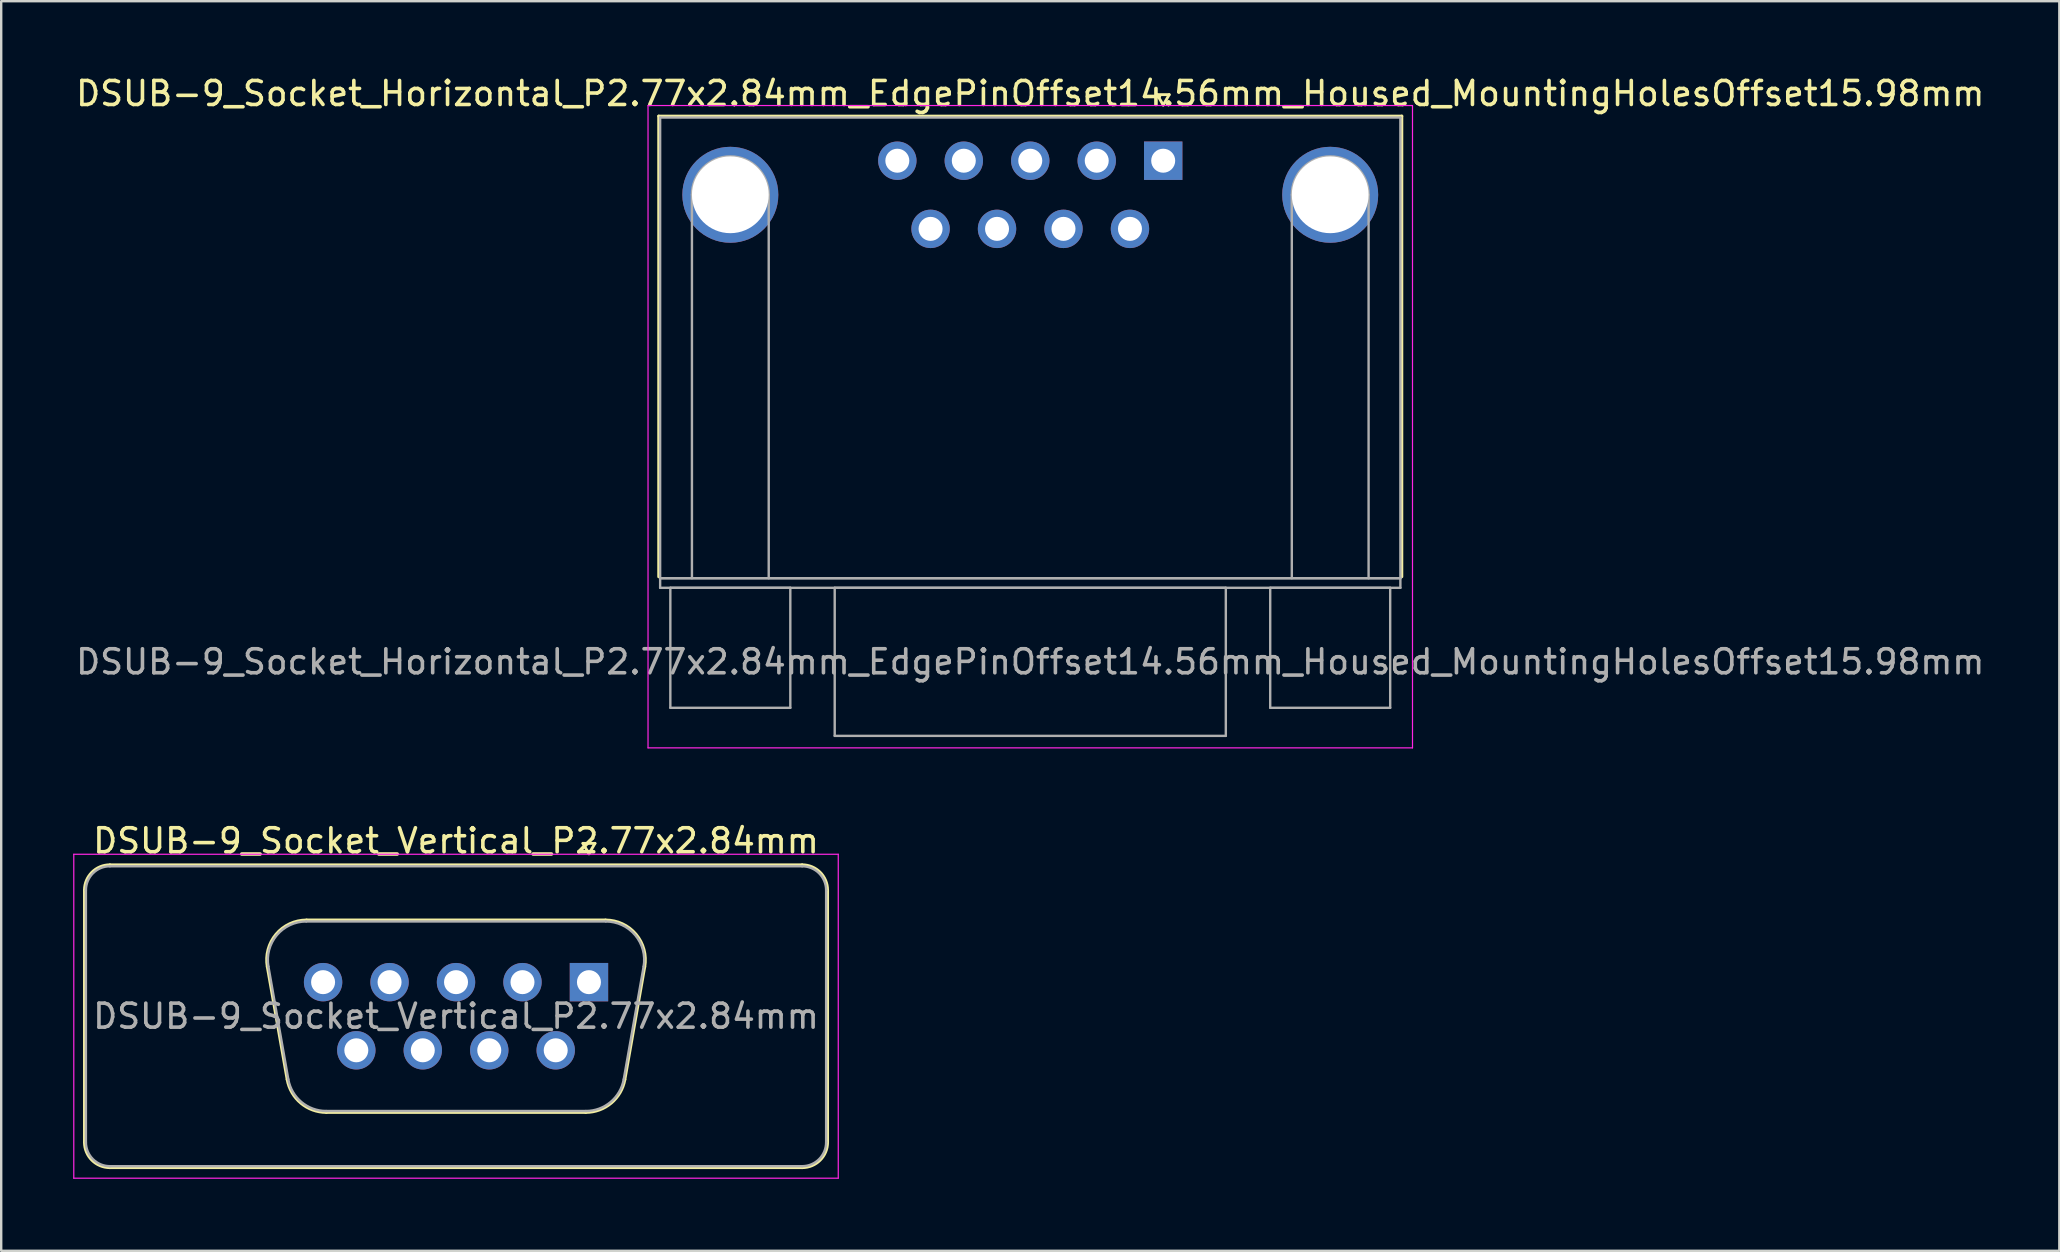
<source format=kicad_pcb>
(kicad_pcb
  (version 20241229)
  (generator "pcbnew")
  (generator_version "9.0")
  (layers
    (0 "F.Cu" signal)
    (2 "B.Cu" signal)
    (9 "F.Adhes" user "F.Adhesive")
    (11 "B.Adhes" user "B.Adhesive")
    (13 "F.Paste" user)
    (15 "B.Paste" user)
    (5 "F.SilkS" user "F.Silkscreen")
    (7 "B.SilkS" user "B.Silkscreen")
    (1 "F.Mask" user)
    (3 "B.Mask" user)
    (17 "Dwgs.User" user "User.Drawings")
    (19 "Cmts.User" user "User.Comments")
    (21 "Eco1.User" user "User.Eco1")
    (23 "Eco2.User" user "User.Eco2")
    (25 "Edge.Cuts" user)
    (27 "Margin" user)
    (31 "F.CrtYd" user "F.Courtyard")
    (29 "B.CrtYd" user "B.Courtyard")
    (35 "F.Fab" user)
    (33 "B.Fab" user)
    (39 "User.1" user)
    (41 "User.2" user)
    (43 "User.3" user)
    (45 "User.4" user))
  (footprint "DSUB-9_Socket_Vertical_P2.77x2.84mm"
    (layer "F.Cu")
    (at 21.495 37.882)
    (property "Reference" "DSUB-9_Socket_Vertical_P2.77x2.84mm" (at -5.54 -5.89 0) (layer "F.SilkS") (effects (font (size 1 1) (thickness 0.15))))
    (attr through_hole)
    (fp_line (start -21.025 6.67) (end -21.025 -3.83) (stroke (width 0.12) (type solid)) (layer "F.SilkS"))
    (fp_line (start -19.965 -4.89) (end 8.885 -4.89) (stroke (width 0.12) (type solid)) (layer "F.SilkS"))
    (fp_line (start -12.578 4.058) (end -13.406 -0.642) (stroke (width 0.12) (type solid)) (layer "F.SilkS"))
    (fp_line (start -11.772 -2.59) (end 0.692 -2.59) (stroke (width 0.12) (type solid)) (layer "F.SilkS"))
    (fp_line (start -0.25 -5.784) (end 0.25 -5.784) (stroke (width 0.12) (type solid)) (layer "F.SilkS"))
    (fp_line (start -0.137 5.43) (end -10.943 5.43) (stroke (width 0.12) (type solid)) (layer "F.SilkS"))
    (fp_line (start 0 -5.351) (end -0.25 -5.784) (stroke (width 0.12) (type solid)) (layer "F.SilkS"))
    (fp_line (start 0.25 -5.784) (end 0 -5.351) (stroke (width 0.12) (type solid)) (layer "F.SilkS"))
    (fp_line (start 2.326 -0.642) (end 1.498 4.058) (stroke (width 0.12) (type solid)) (layer "F.SilkS"))
    (fp_line (start 8.885 7.73) (end -19.965 7.73) (stroke (width 0.12) (type solid)) (layer "F.SilkS"))
    (fp_line (start 9.945 -3.83) (end 9.945 6.67) (stroke (width 0.12) (type solid)) (layer "F.SilkS"))
    (fp_arc (start -21.025 -3.83) (mid -20.714533 -4.579533) (end -19.965 -4.89) (stroke (width 0.12) (type solid)) (layer "F.SilkS"))
    (fp_arc (start -19.965 7.73) (mid -20.714533 7.419533) (end -21.025 6.67) (stroke (width 0.12) (type solid)) (layer "F.SilkS"))
    (fp_arc (start -13.40647 -0.641744) (mid -13.043323 -1.997027) (end -11.771689 -2.59) (stroke (width 0.12) (type solid)) (layer "F.SilkS"))
    (fp_arc (start -10.942952 5.43) (mid -12.00998 5.041634) (end -12.577733 4.058256) (stroke (width 0.12) (type solid)) (layer "F.SilkS"))
    (fp_arc (start 0.691689 -2.59) (mid 1.963323 -1.997027) (end 2.32647 -0.641744) (stroke (width 0.12) (type solid)) (layer "F.SilkS"))
    (fp_arc (start 1.497733 4.058256) (mid 0.92998 5.041634) (end -0.137048 5.43) (stroke (width 0.12) (type solid)) (layer "F.SilkS"))
    (fp_arc (start 8.885 -4.89) (mid 9.634533 -4.579533) (end 9.945 -3.83) (stroke (width 0.12) (type solid)) (layer "F.SilkS"))
    (fp_arc (start 9.945 6.67) (mid 9.634533 7.419533) (end 8.885 7.73) (stroke (width 0.12) (type solid)) (layer "F.SilkS"))
    (fp_line (start -21.47 -5.33) (end -21.47 8.17) (stroke (width 0.05) (type solid)) (layer "F.CrtYd"))
    (fp_line (start -21.47 8.17) (end 10.39 8.17) (stroke (width 0.05) (type solid)) (layer "F.CrtYd"))
    (fp_line (start 10.39 -5.33) (end -21.47 -5.33) (stroke (width 0.05) (type solid)) (layer "F.CrtYd"))
    (fp_line (start 10.39 8.17) (end 10.39 -5.33) (stroke (width 0.05) (type solid)) (layer "F.CrtYd"))
    (fp_line (start -20.965 6.67) (end -20.965 -3.83) (stroke (width 0.1) (type solid)) (layer "F.Fab"))
    (fp_line (start -19.965 -4.83) (end 8.885 -4.83) (stroke (width 0.1) (type solid)) (layer "F.Fab"))
    (fp_line (start -12.53 4.048) (end -13.359 -0.652) (stroke (width 0.1) (type solid)) (layer "F.Fab"))
    (fp_line (start -11.783 -2.53) (end 0.703 -2.53) (stroke (width 0.1) (type solid)) (layer "F.Fab"))
    (fp_line (start -0.126 5.37) (end -10.954 5.37) (stroke (width 0.1) (type solid)) (layer "F.Fab"))
    (fp_line (start 2.279 -0.652) (end 1.45 4.048) (stroke (width 0.1) (type solid)) (layer "F.Fab"))
    (fp_line (start 8.885 7.67) (end -19.965 7.67) (stroke (width 0.1) (type solid)) (layer "F.Fab"))
    (fp_line (start 9.885 -3.83) (end 9.885 6.67) (stroke (width 0.1) (type solid)) (layer "F.Fab"))
    (fp_arc (start -20.965 -3.83) (mid -20.672107 -4.537107) (end -19.965 -4.83) (stroke (width 0.1) (type solid)) (layer "F.Fab"))
    (fp_arc (start -19.965 7.67) (mid -20.672107 7.377107) (end -20.965 6.67) (stroke (width 0.1) (type solid)) (layer "F.Fab"))
    (fp_arc (start -13.358887 -0.652163) (mid -13.008865 -1.95846) (end -11.783194 -2.53) (stroke (width 0.1) (type solid)) (layer "F.Fab"))
    (fp_arc (start -10.954457 5.37) (mid -11.982918 4.995671) (end -12.53015 4.047837) (stroke (width 0.1) (type solid)) (layer "F.Fab"))
    (fp_arc (start 0.703194 -2.53) (mid 1.928865 -1.95846) (end 2.278887 -0.652163) (stroke (width 0.1) (type solid)) (layer "F.Fab"))
    (fp_arc (start 1.45015 4.047837) (mid 0.902918 4.995671) (end -0.125543 5.37) (stroke (width 0.1) (type solid)) (layer "F.Fab"))
    (fp_arc (start 8.885 -4.83) (mid 9.592107 -4.537107) (end 9.885 -3.83) (stroke (width 0.1) (type solid)) (layer "F.Fab"))
    (fp_arc (start 9.885 6.67) (mid 9.592107 7.377107) (end 8.885 7.67) (stroke (width 0.1) (type solid)) (layer "F.Fab"))
    (fp_text user "${REFERENCE}" (at -5.54 1.42 0) (layer "F.Fab") (effects (font (size 1 1) (thickness 0.15))))
    (pad "1" thru_hole rect (at 0 0) (size 1.6 1.6) (drill 1) (layers "*.Cu" "*.Mask"))
    (pad "2" thru_hole circle (at -2.77 0) (size 1.6 1.6) (drill 1) (layers "*.Cu" "*.Mask"))
    (pad "3" thru_hole circle (at -5.54 0) (size 1.6 1.6) (drill 1) (layers "*.Cu" "*.Mask"))
    (pad "4" thru_hole circle (at -8.31 0) (size 1.6 1.6) (drill 1) (layers "*.Cu" "*.Mask"))
    (pad "5" thru_hole circle (at -11.08 0) (size 1.6 1.6) (drill 1) (layers "*.Cu" "*.Mask"))
    (pad "6" thru_hole circle (at -1.385 2.84) (size 1.6 1.6) (drill 1) (layers "*.Cu" "*.Mask"))
    (pad "7" thru_hole circle (at -4.155 2.84) (size 1.6 1.6) (drill 1) (layers "*.Cu" "*.Mask"))
    (pad "8" thru_hole circle (at -6.925 2.84) (size 1.6 1.6) (drill 1) (layers "*.Cu" "*.Mask"))
    (pad "9" thru_hole circle (at -9.695 2.84) (size 1.6 1.6) (drill 1) (layers "*.Cu" "*.Mask")))
  (footprint "DSUB-9_Socket_Horizontal_P2.77x2.84mm_EdgePinOffset14.56mm_Housed_MountingHolesOffset15.98mm"
    (layer "F.Cu")
    (at 45.427 3.648)
    (property "Reference" "DSUB-9_Socket_Horizontal_P2.77x2.84mm_EdgePinOffset14.56mm_Housed_MountingHolesOffset15.98mm" (at -5.54 -2.8 0) (layer "F.SilkS") (effects (font (size 1 1) (thickness 0.15))))
    (attr through_hole)
    (fp_line (start -21.025 -1.86) (end 9.945 -1.86) (stroke (width 0.12) (type solid)) (layer "F.SilkS"))
    (fp_line (start -21.025 17.34) (end -21.025 -1.86) (stroke (width 0.12) (type solid)) (layer "F.SilkS"))
    (fp_line (start -0.25 -2.754) (end 0.25 -2.754) (stroke (width 0.12) (type solid)) (layer "F.SilkS"))
    (fp_line (start 0 -2.321) (end -0.25 -2.754) (stroke (width 0.12) (type solid)) (layer "F.SilkS"))
    (fp_line (start 0.25 -2.754) (end 0 -2.321) (stroke (width 0.12) (type solid)) (layer "F.SilkS"))
    (fp_line (start 9.945 -1.86) (end 9.945 17.34) (stroke (width 0.12) (type solid)) (layer "F.SilkS"))
    (fp_line (start -21.47 -2.3) (end -21.47 24.47) (stroke (width 0.05) (type solid)) (layer "F.CrtYd"))
    (fp_line (start -21.47 24.47) (end 10.39 24.47) (stroke (width 0.05) (type solid)) (layer "F.CrtYd"))
    (fp_line (start 10.39 -2.3) (end -21.47 -2.3) (stroke (width 0.05) (type solid)) (layer "F.CrtYd"))
    (fp_line (start 10.39 24.47) (end 10.39 -2.3) (stroke (width 0.05) (type solid)) (layer "F.CrtYd"))
    (fp_line (start -20.965 -1.8) (end -20.965 17.4) (stroke (width 0.1) (type solid)) (layer "F.Fab"))
    (fp_line (start -20.965 17.4) (end -20.965 17.8) (stroke (width 0.1) (type solid)) (layer "F.Fab"))
    (fp_line (start -20.965 17.4) (end 9.885 17.4) (stroke (width 0.1) (type solid)) (layer "F.Fab"))
    (fp_line (start -20.965 17.8) (end 9.885 17.8) (stroke (width 0.1) (type solid)) (layer "F.Fab"))
    (fp_line (start -20.54 17.8) (end -20.54 22.8) (stroke (width 0.1) (type solid)) (layer "F.Fab"))
    (fp_line (start -20.54 22.8) (end -15.54 22.8) (stroke (width 0.1) (type solid)) (layer "F.Fab"))
    (fp_line (start -19.64 17.4) (end -19.64 1.42) (stroke (width 0.1) (type solid)) (layer "F.Fab"))
    (fp_line (start -16.44 17.4) (end -16.44 1.42) (stroke (width 0.1) (type solid)) (layer "F.Fab"))
    (fp_line (start -15.54 17.8) (end -20.54 17.8) (stroke (width 0.1) (type solid)) (layer "F.Fab"))
    (fp_line (start -15.54 22.8) (end -15.54 17.8) (stroke (width 0.1) (type solid)) (layer "F.Fab"))
    (fp_line (start -13.69 17.8) (end -13.69 23.97) (stroke (width 0.1) (type solid)) (layer "F.Fab"))
    (fp_line (start -13.69 23.97) (end 2.61 23.97) (stroke (width 0.1) (type solid)) (layer "F.Fab"))
    (fp_line (start 2.61 17.8) (end -13.69 17.8) (stroke (width 0.1) (type solid)) (layer "F.Fab"))
    (fp_line (start 2.61 23.97) (end 2.61 17.8) (stroke (width 0.1) (type solid)) (layer "F.Fab"))
    (fp_line (start 4.46 17.8) (end 4.46 22.8) (stroke (width 0.1) (type solid)) (layer "F.Fab"))
    (fp_line (start 4.46 22.8) (end 9.46 22.8) (stroke (width 0.1) (type solid)) (layer "F.Fab"))
    (fp_line (start 5.36 17.4) (end 5.36 1.42) (stroke (width 0.1) (type solid)) (layer "F.Fab"))
    (fp_line (start 8.56 17.4) (end 8.56 1.42) (stroke (width 0.1) (type solid)) (layer "F.Fab"))
    (fp_line (start 9.46 17.8) (end 4.46 17.8) (stroke (width 0.1) (type solid)) (layer "F.Fab"))
    (fp_line (start 9.46 22.8) (end 9.46 17.8) (stroke (width 0.1) (type solid)) (layer "F.Fab"))
    (fp_line (start 9.885 -1.8) (end -20.965 -1.8) (stroke (width 0.1) (type solid)) (layer "F.Fab"))
    (fp_line (start 9.885 17.4) (end -20.965 17.4) (stroke (width 0.1) (type solid)) (layer "F.Fab"))
    (fp_line (start 9.885 17.4) (end 9.885 -1.8) (stroke (width 0.1) (type solid)) (layer "F.Fab"))
    (fp_line (start 9.885 17.8) (end 9.885 17.4) (stroke (width 0.1) (type solid)) (layer "F.Fab"))
    (fp_arc (start -19.64 1.42) (mid -18.04 -0.18) (end -16.44 1.42) (stroke (width 0.1) (type solid)) (layer "F.Fab"))
    (fp_arc (start 5.36 1.42) (mid 6.96 -0.18) (end 8.56 1.42) (stroke (width 0.1) (type solid)) (layer "F.Fab"))
    (fp_text user "${REFERENCE}" (at -5.54 20.885 0) (layer "F.Fab") (effects (font (size 1 1) (thickness 0.15))))
    (pad "0" thru_hole circle (at -18.04 1.42) (size 4 4) (drill 3.2) (layers "*.Cu" "*.Mask"))
    (pad "0" thru_hole circle (at 6.96 1.42) (size 4 4) (drill 3.2) (layers "*.Cu" "*.Mask"))
    (pad "1" thru_hole rect (at 0 0) (size 1.6 1.6) (drill 1) (layers "*.Cu" "*.Mask"))
    (pad "2" thru_hole circle (at -2.77 0) (size 1.6 1.6) (drill 1) (layers "*.Cu" "*.Mask"))
    (pad "3" thru_hole circle (at -5.54 0) (size 1.6 1.6) (drill 1) (layers "*.Cu" "*.Mask"))
    (pad "4" thru_hole circle (at -8.31 0) (size 1.6 1.6) (drill 1) (layers "*.Cu" "*.Mask"))
    (pad "5" thru_hole circle (at -11.08 0) (size 1.6 1.6) (drill 1) (layers "*.Cu" "*.Mask"))
    (pad "6" thru_hole circle (at -1.385 2.84) (size 1.6 1.6) (drill 1) (layers "*.Cu" "*.Mask"))
    (pad "7" thru_hole circle (at -4.155 2.84) (size 1.6 1.6) (drill 1) (layers "*.Cu" "*.Mask"))
    (pad "8" thru_hole circle (at -6.925 2.84) (size 1.6 1.6) (drill 1) (layers "*.Cu" "*.Mask"))
    (pad "9" thru_hole circle (at -9.695 2.84) (size 1.6 1.6) (drill 1) (layers "*.Cu" "*.Mask")))
  (gr_rect
    (start -3 -3)
    (end 82.774 49.077)
    (stroke (width 0.1) (type default))
    (fill no)
    (layer "Edge.Cuts")))
</source>
